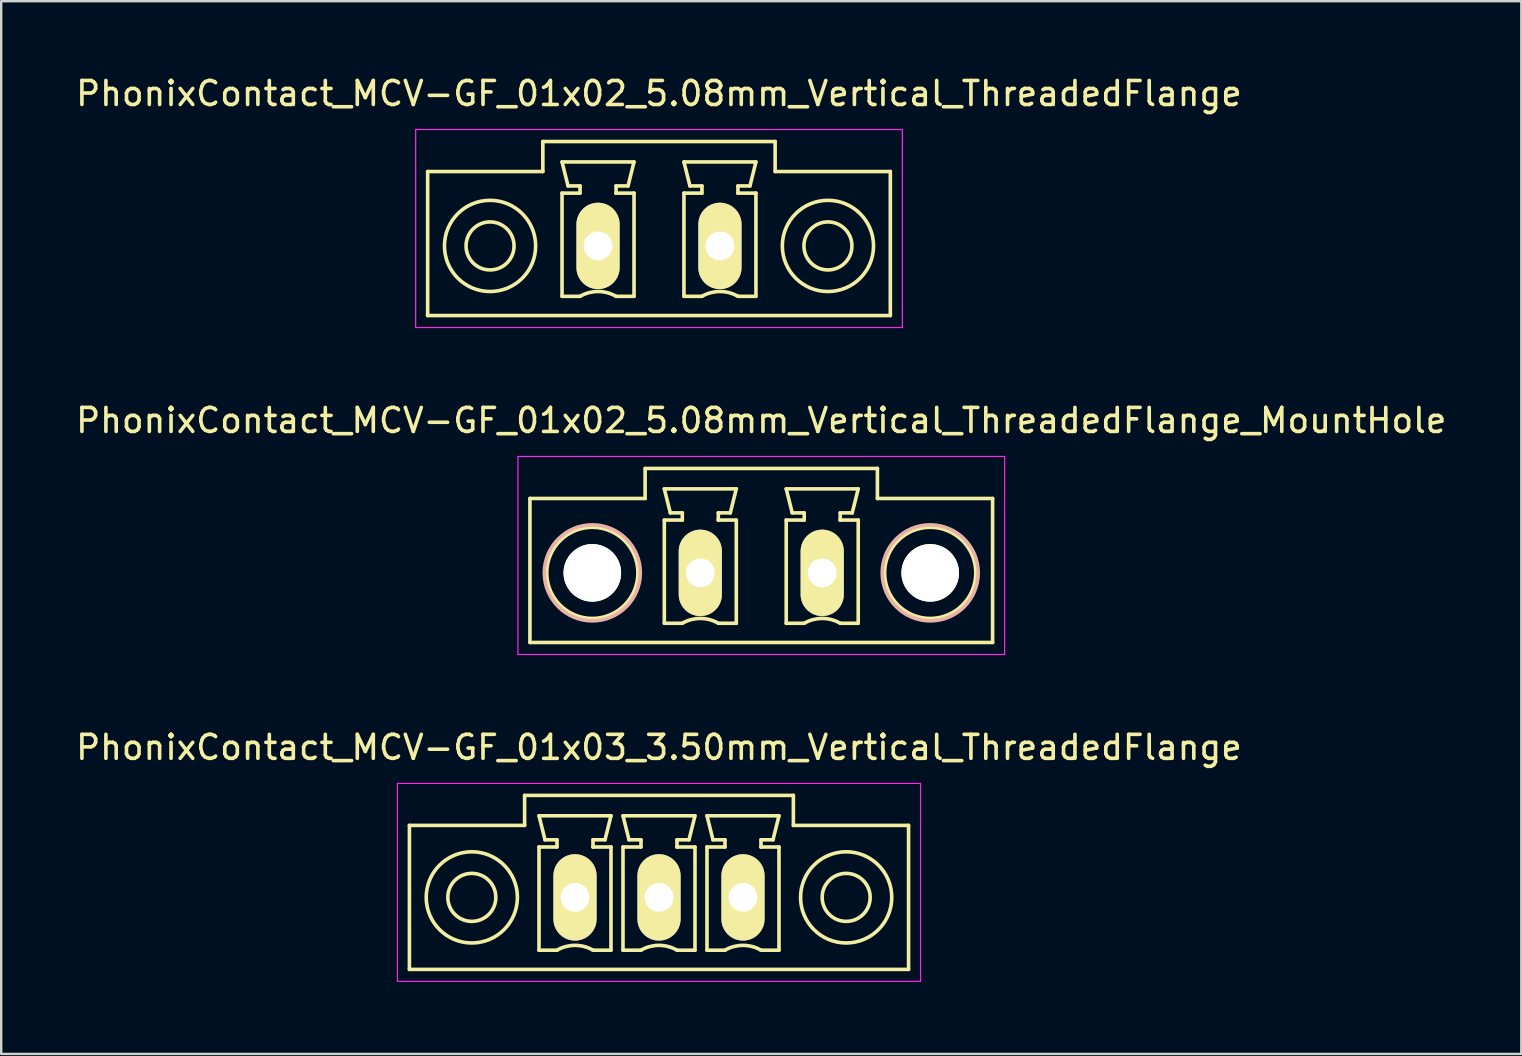
<source format=kicad_pcb>
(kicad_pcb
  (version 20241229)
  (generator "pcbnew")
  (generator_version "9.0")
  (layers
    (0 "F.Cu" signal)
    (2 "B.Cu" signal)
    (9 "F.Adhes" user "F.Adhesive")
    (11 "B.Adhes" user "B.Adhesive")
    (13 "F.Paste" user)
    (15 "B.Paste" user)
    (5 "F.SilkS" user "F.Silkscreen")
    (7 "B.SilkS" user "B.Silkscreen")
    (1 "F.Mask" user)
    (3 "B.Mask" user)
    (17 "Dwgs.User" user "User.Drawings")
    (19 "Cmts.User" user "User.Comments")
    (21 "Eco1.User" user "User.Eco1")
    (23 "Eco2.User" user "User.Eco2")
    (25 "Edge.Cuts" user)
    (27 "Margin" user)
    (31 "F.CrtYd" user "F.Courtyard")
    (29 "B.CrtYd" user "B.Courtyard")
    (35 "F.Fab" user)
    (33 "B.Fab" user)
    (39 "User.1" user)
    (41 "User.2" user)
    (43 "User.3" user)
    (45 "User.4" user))
  (footprint "PhonixContact_MCV-GF_01x02_5.08mm_Vertical_ThreadedFlange"
    (layer "F.Cu")
    (at 21.871 7.198)
    (property "Reference" "PhonixContact_MCV-GF_01x02_5.08mm_Vertical_ThreadedFlange" (at 2.54 -6.35 0) (layer "F.SilkS") (effects (font (size 1 1) (thickness 0.15))))
    (attr through_hole)
    (fp_line (start -7.1 -3.1) (end -7.1 2.9) (stroke (width 0.15) (type solid)) (layer "F.SilkS"))
    (fp_line (start -7.1 2.9) (end 12.18 2.9) (stroke (width 0.15) (type solid)) (layer "F.SilkS"))
    (fp_line (start -2.3 -4.35) (end -2.3 -3.1) (stroke (width 0.15) (type solid)) (layer "F.SilkS"))
    (fp_line (start -2.3 -3.1) (end -7.1 -3.1) (stroke (width 0.15) (type solid)) (layer "F.SilkS"))
    (fp_line (start -1.5 -3.5) (end 1.5 -3.5) (stroke (width 0.15) (type solid)) (layer "F.SilkS"))
    (fp_line (start -1.5 -2.2) (end -0.75 -2.2) (stroke (width 0.15) (type solid)) (layer "F.SilkS"))
    (fp_line (start -1.5 2.1) (end -1.5 -2.2) (stroke (width 0.15) (type solid)) (layer "F.SilkS"))
    (fp_line (start -1.25 -2.5) (end -1.5 -3.5) (stroke (width 0.15) (type solid)) (layer "F.SilkS"))
    (fp_line (start -0.75 -2.5) (end -1.25 -2.5) (stroke (width 0.15) (type solid)) (layer "F.SilkS"))
    (fp_line (start -0.75 -2.2) (end -0.75 -2.5) (stroke (width 0.15) (type solid)) (layer "F.SilkS"))
    (fp_line (start -0.75 2.1) (end -1.5 2.1) (stroke (width 0.15) (type solid)) (layer "F.SilkS"))
    (fp_line (start 0.75 -2.5) (end 0.75 -2.2) (stroke (width 0.15) (type solid)) (layer "F.SilkS"))
    (fp_line (start 0.75 -2.2) (end 0.75 -2.2) (stroke (width 0.15) (type solid)) (layer "F.SilkS"))
    (fp_line (start 0.75 -2.2) (end 1.5 -2.2) (stroke (width 0.15) (type solid)) (layer "F.SilkS"))
    (fp_line (start 1.25 -2.5) (end 0.75 -2.5) (stroke (width 0.15) (type solid)) (layer "F.SilkS"))
    (fp_line (start 1.5 -3.5) (end 1.25 -2.5) (stroke (width 0.15) (type solid)) (layer "F.SilkS"))
    (fp_line (start 1.5 -2.2) (end 1.5 2.1) (stroke (width 0.15) (type solid)) (layer "F.SilkS"))
    (fp_line (start 1.5 2.1) (end 0.75 2.1) (stroke (width 0.15) (type solid)) (layer "F.SilkS"))
    (fp_line (start 3.58 -3.5) (end 6.58 -3.5) (stroke (width 0.15) (type solid)) (layer "F.SilkS"))
    (fp_line (start 3.58 -2.2) (end 4.33 -2.2) (stroke (width 0.15) (type solid)) (layer "F.SilkS"))
    (fp_line (start 3.58 2.1) (end 3.58 -2.2) (stroke (width 0.15) (type solid)) (layer "F.SilkS"))
    (fp_line (start 3.83 -2.5) (end 3.58 -3.5) (stroke (width 0.15) (type solid)) (layer "F.SilkS"))
    (fp_line (start 4.33 -2.5) (end 3.83 -2.5) (stroke (width 0.15) (type solid)) (layer "F.SilkS"))
    (fp_line (start 4.33 -2.2) (end 4.33 -2.5) (stroke (width 0.15) (type solid)) (layer "F.SilkS"))
    (fp_line (start 4.33 2.1) (end 3.58 2.1) (stroke (width 0.15) (type solid)) (layer "F.SilkS"))
    (fp_line (start 5.83 -2.5) (end 5.83 -2.2) (stroke (width 0.15) (type solid)) (layer "F.SilkS"))
    (fp_line (start 5.83 -2.2) (end 5.83 -2.2) (stroke (width 0.15) (type solid)) (layer "F.SilkS"))
    (fp_line (start 5.83 -2.2) (end 6.58 -2.2) (stroke (width 0.15) (type solid)) (layer "F.SilkS"))
    (fp_line (start 6.33 -2.5) (end 5.83 -2.5) (stroke (width 0.15) (type solid)) (layer "F.SilkS"))
    (fp_line (start 6.58 -3.5) (end 6.33 -2.5) (stroke (width 0.15) (type solid)) (layer "F.SilkS"))
    (fp_line (start 6.58 -2.2) (end 6.58 2.1) (stroke (width 0.15) (type solid)) (layer "F.SilkS"))
    (fp_line (start 6.58 2.1) (end 5.83 2.1) (stroke (width 0.15) (type solid)) (layer "F.SilkS"))
    (fp_line (start 7.38 -4.35) (end -2.3 -4.35) (stroke (width 0.15) (type solid)) (layer "F.SilkS"))
    (fp_line (start 7.38 -3.1) (end 7.38 -4.35) (stroke (width 0.15) (type solid)) (layer "F.SilkS"))
    (fp_line (start 12.18 -3.1) (end 7.38 -3.1) (stroke (width 0.15) (type solid)) (layer "F.SilkS"))
    (fp_line (start 12.18 2.9) (end 12.18 -3.1) (stroke (width 0.15) (type solid)) (layer "F.SilkS"))
    (fp_arc (start -0.75 2.1) (mid -0.006068 1.899179) (end 0.739464 2.093978) (stroke (width 0.15) (type solid)) (layer "F.SilkS"))
    (fp_arc (start 4.33 2.1) (mid 5.073932 1.899179) (end 5.819464 2.093978) (stroke (width 0.15) (type solid)) (layer "F.SilkS"))
    (fp_circle (center -4.5 0) (end -3.5 0) (stroke (width 0.15) (type solid)) (fill no) (layer "F.SilkS"))
    (fp_circle (center -4.5 0) (end -2.6 0) (stroke (width 0.15) (type solid)) (fill no) (layer "F.SilkS"))
    (fp_circle (center 9.58 0) (end 10.58 0) (stroke (width 0.15) (type solid)) (fill no) (layer "F.SilkS"))
    (fp_circle (center 9.58 0) (end 11.48 0) (stroke (width 0.15) (type solid)) (fill no) (layer "F.SilkS"))
    (fp_line (start -7.6 -4.85) (end -7.6 3.4) (stroke (width 0.05) (type solid)) (layer "F.CrtYd"))
    (fp_line (start -7.6 3.4) (end 12.68 3.4) (stroke (width 0.05) (type solid)) (layer "F.CrtYd"))
    (fp_line (start 12.68 -4.85) (end -7.6 -4.85) (stroke (width 0.05) (type solid)) (layer "F.CrtYd"))
    (fp_line (start 12.68 3.4) (end 12.68 -4.85) (stroke (width 0.05) (type solid)) (layer "F.CrtYd"))
    (pad "1" thru_hole oval (at 0 0) (size 1.8 3.6) (drill 1.2) (layers "*.Cu" "*.Mask" "F.SilkS"))
    (pad "2" thru_hole oval (at 5.08 0) (size 1.8 3.6) (drill 1.2) (layers "*.Cu" "*.Mask" "F.SilkS")))
  (footprint "PhonixContact_MCV-GF_01x03_3.50mm_Vertical_ThreadedFlange"
    (layer "F.Cu")
    (at 20.911 34.345)
    (property "Reference" "PhonixContact_MCV-GF_01x03_3.50mm_Vertical_ThreadedFlange" (at 3.5 -6.25 0) (layer "F.SilkS") (effects (font (size 1 1) (thickness 0.15))))
    (attr through_hole)
    (fp_line (start -6.9 -3) (end -6.9 3) (stroke (width 0.15) (type solid)) (layer "F.SilkS"))
    (fp_line (start -6.9 3) (end 13.9 3) (stroke (width 0.15) (type solid)) (layer "F.SilkS"))
    (fp_line (start -2.1 -4.25) (end -2.1 -3) (stroke (width 0.15) (type solid)) (layer "F.SilkS"))
    (fp_line (start -2.1 -3) (end -6.9 -3) (stroke (width 0.15) (type solid)) (layer "F.SilkS"))
    (fp_line (start -1.5 -3.4) (end 1.5 -3.4) (stroke (width 0.15) (type solid)) (layer "F.SilkS"))
    (fp_line (start -1.5 -2.1) (end -0.75 -2.1) (stroke (width 0.15) (type solid)) (layer "F.SilkS"))
    (fp_line (start -1.5 2.2) (end -1.5 -2.1) (stroke (width 0.15) (type solid)) (layer "F.SilkS"))
    (fp_line (start -1.25 -2.4) (end -1.5 -3.4) (stroke (width 0.15) (type solid)) (layer "F.SilkS"))
    (fp_line (start -0.75 -2.4) (end -1.25 -2.4) (stroke (width 0.15) (type solid)) (layer "F.SilkS"))
    (fp_line (start -0.75 -2.1) (end -0.75 -2.4) (stroke (width 0.15) (type solid)) (layer "F.SilkS"))
    (fp_line (start -0.75 2.2) (end -1.5 2.2) (stroke (width 0.15) (type solid)) (layer "F.SilkS"))
    (fp_line (start 0.75 -2.4) (end 0.75 -2.1) (stroke (width 0.15) (type solid)) (layer "F.SilkS"))
    (fp_line (start 0.75 -2.1) (end 0.75 -2.1) (stroke (width 0.15) (type solid)) (layer "F.SilkS"))
    (fp_line (start 0.75 -2.1) (end 1.5 -2.1) (stroke (width 0.15) (type solid)) (layer "F.SilkS"))
    (fp_line (start 1.25 -2.4) (end 0.75 -2.4) (stroke (width 0.15) (type solid)) (layer "F.SilkS"))
    (fp_line (start 1.5 -3.4) (end 1.25 -2.4) (stroke (width 0.15) (type solid)) (layer "F.SilkS"))
    (fp_line (start 1.5 -2.1) (end 1.5 2.2) (stroke (width 0.15) (type solid)) (layer "F.SilkS"))
    (fp_line (start 1.5 2.2) (end 0.75 2.2) (stroke (width 0.15) (type solid)) (layer "F.SilkS"))
    (fp_line (start 2 -3.4) (end 5 -3.4) (stroke (width 0.15) (type solid)) (layer "F.SilkS"))
    (fp_line (start 2 -2.1) (end 2.75 -2.1) (stroke (width 0.15) (type solid)) (layer "F.SilkS"))
    (fp_line (start 2 2.2) (end 2 -2.1) (stroke (width 0.15) (type solid)) (layer "F.SilkS"))
    (fp_line (start 2.25 -2.4) (end 2 -3.4) (stroke (width 0.15) (type solid)) (layer "F.SilkS"))
    (fp_line (start 2.75 -2.4) (end 2.25 -2.4) (stroke (width 0.15) (type solid)) (layer "F.SilkS"))
    (fp_line (start 2.75 -2.1) (end 2.75 -2.4) (stroke (width 0.15) (type solid)) (layer "F.SilkS"))
    (fp_line (start 2.75 2.2) (end 2 2.2) (stroke (width 0.15) (type solid)) (layer "F.SilkS"))
    (fp_line (start 4.25 -2.4) (end 4.25 -2.1) (stroke (width 0.15) (type solid)) (layer "F.SilkS"))
    (fp_line (start 4.25 -2.1) (end 4.25 -2.1) (stroke (width 0.15) (type solid)) (layer "F.SilkS"))
    (fp_line (start 4.25 -2.1) (end 5 -2.1) (stroke (width 0.15) (type solid)) (layer "F.SilkS"))
    (fp_line (start 4.75 -2.4) (end 4.25 -2.4) (stroke (width 0.15) (type solid)) (layer "F.SilkS"))
    (fp_line (start 5 -3.4) (end 4.75 -2.4) (stroke (width 0.15) (type solid)) (layer "F.SilkS"))
    (fp_line (start 5 -2.1) (end 5 2.2) (stroke (width 0.15) (type solid)) (layer "F.SilkS"))
    (fp_line (start 5 2.2) (end 4.25 2.2) (stroke (width 0.15) (type solid)) (layer "F.SilkS"))
    (fp_line (start 5.5 -3.4) (end 8.5 -3.4) (stroke (width 0.15) (type solid)) (layer "F.SilkS"))
    (fp_line (start 5.5 -2.1) (end 6.25 -2.1) (stroke (width 0.15) (type solid)) (layer "F.SilkS"))
    (fp_line (start 5.5 2.2) (end 5.5 -2.1) (stroke (width 0.15) (type solid)) (layer "F.SilkS"))
    (fp_line (start 5.75 -2.4) (end 5.5 -3.4) (stroke (width 0.15) (type solid)) (layer "F.SilkS"))
    (fp_line (start 6.25 -2.4) (end 5.75 -2.4) (stroke (width 0.15) (type solid)) (layer "F.SilkS"))
    (fp_line (start 6.25 -2.1) (end 6.25 -2.4) (stroke (width 0.15) (type solid)) (layer "F.SilkS"))
    (fp_line (start 6.25 2.2) (end 5.5 2.2) (stroke (width 0.15) (type solid)) (layer "F.SilkS"))
    (fp_line (start 7.75 -2.4) (end 7.75 -2.1) (stroke (width 0.15) (type solid)) (layer "F.SilkS"))
    (fp_line (start 7.75 -2.1) (end 7.75 -2.1) (stroke (width 0.15) (type solid)) (layer "F.SilkS"))
    (fp_line (start 7.75 -2.1) (end 8.5 -2.1) (stroke (width 0.15) (type solid)) (layer "F.SilkS"))
    (fp_line (start 8.25 -2.4) (end 7.75 -2.4) (stroke (width 0.15) (type solid)) (layer "F.SilkS"))
    (fp_line (start 8.5 -3.4) (end 8.25 -2.4) (stroke (width 0.15) (type solid)) (layer "F.SilkS"))
    (fp_line (start 8.5 -2.1) (end 8.5 2.2) (stroke (width 0.15) (type solid)) (layer "F.SilkS"))
    (fp_line (start 8.5 2.2) (end 7.75 2.2) (stroke (width 0.15) (type solid)) (layer "F.SilkS"))
    (fp_line (start 9.1 -4.25) (end -2.1 -4.25) (stroke (width 0.15) (type solid)) (layer "F.SilkS"))
    (fp_line (start 9.1 -3) (end 9.1 -4.25) (stroke (width 0.15) (type solid)) (layer "F.SilkS"))
    (fp_line (start 13.9 -3) (end 9.1 -3) (stroke (width 0.15) (type solid)) (layer "F.SilkS"))
    (fp_line (start 13.9 3) (end 13.9 -3) (stroke (width 0.15) (type solid)) (layer "F.SilkS"))
    (fp_arc (start -0.75 2.2) (mid -0.006068 1.999179) (end 0.739464 2.193978) (stroke (width 0.15) (type solid)) (layer "F.SilkS"))
    (fp_arc (start 2.75 2.2) (mid 3.493932 1.999179) (end 4.239464 2.193978) (stroke (width 0.15) (type solid)) (layer "F.SilkS"))
    (fp_arc (start 6.25 2.2) (mid 6.993932 1.999179) (end 7.739464 2.193978) (stroke (width 0.15) (type solid)) (layer "F.SilkS"))
    (fp_circle (center -4.3 0) (end -3.3 0) (stroke (width 0.15) (type solid)) (fill no) (layer "F.SilkS"))
    (fp_circle (center -4.3 0) (end -2.4 0) (stroke (width 0.15) (type solid)) (fill no) (layer "F.SilkS"))
    (fp_circle (center 11.3 0) (end 12.3 0) (stroke (width 0.15) (type solid)) (fill no) (layer "F.SilkS"))
    (fp_circle (center 11.3 0) (end 13.2 0) (stroke (width 0.15) (type solid)) (fill no) (layer "F.SilkS"))
    (fp_line (start -7.4 -4.75) (end -7.4 3.5) (stroke (width 0.05) (type solid)) (layer "F.CrtYd"))
    (fp_line (start -7.4 3.5) (end 14.4 3.5) (stroke (width 0.05) (type solid)) (layer "F.CrtYd"))
    (fp_line (start 14.4 -4.75) (end -7.4 -4.75) (stroke (width 0.05) (type solid)) (layer "F.CrtYd"))
    (fp_line (start 14.4 3.5) (end 14.4 -4.75) (stroke (width 0.05) (type solid)) (layer "F.CrtYd"))
    (pad "1" thru_hole oval (at 0 0) (size 1.8 3.6) (drill 1.2) (layers "*.Cu" "*.Mask" "F.SilkS"))
    (pad "2" thru_hole oval (at 3.5 0) (size 1.8 3.6) (drill 1.2) (layers "*.Cu" "*.Mask" "F.SilkS"))
    (pad "3" thru_hole oval (at 7 0) (size 1.8 3.6) (drill 1.2) (layers "*.Cu" "*.Mask" "F.SilkS")))
  (footprint "PhonixContact_MCV-GF_01x02_5.08mm_Vertical_ThreadedFlange_MountHole"
    (layer "F.Cu")
    (at 26.133 20.822)
    (property "Reference" "PhonixContact_MCV-GF_01x02_5.08mm_Vertical_ThreadedFlange_MountHole" (at 2.54 -6.35 0) (layer "F.SilkS") (effects (font (size 1 1) (thickness 0.15))))
    (attr through_hole)
    (fp_line (start -7.1 -3.1) (end -7.1 2.9) (stroke (width 0.15) (type solid)) (layer "F.SilkS"))
    (fp_line (start -7.1 2.9) (end 12.18 2.9) (stroke (width 0.15) (type solid)) (layer "F.SilkS"))
    (fp_line (start -2.3 -4.35) (end -2.3 -3.1) (stroke (width 0.15) (type solid)) (layer "F.SilkS"))
    (fp_line (start -2.3 -3.1) (end -7.1 -3.1) (stroke (width 0.15) (type solid)) (layer "F.SilkS"))
    (fp_line (start -1.5 -3.5) (end 1.5 -3.5) (stroke (width 0.15) (type solid)) (layer "F.SilkS"))
    (fp_line (start -1.5 -2.2) (end -0.75 -2.2) (stroke (width 0.15) (type solid)) (layer "F.SilkS"))
    (fp_line (start -1.5 2.1) (end -1.5 -2.2) (stroke (width 0.15) (type solid)) (layer "F.SilkS"))
    (fp_line (start -1.25 -2.5) (end -1.5 -3.5) (stroke (width 0.15) (type solid)) (layer "F.SilkS"))
    (fp_line (start -0.75 -2.5) (end -1.25 -2.5) (stroke (width 0.15) (type solid)) (layer "F.SilkS"))
    (fp_line (start -0.75 -2.2) (end -0.75 -2.5) (stroke (width 0.15) (type solid)) (layer "F.SilkS"))
    (fp_line (start -0.75 2.1) (end -1.5 2.1) (stroke (width 0.15) (type solid)) (layer "F.SilkS"))
    (fp_line (start 0.75 -2.5) (end 0.75 -2.2) (stroke (width 0.15) (type solid)) (layer "F.SilkS"))
    (fp_line (start 0.75 -2.2) (end 0.75 -2.2) (stroke (width 0.15) (type solid)) (layer "F.SilkS"))
    (fp_line (start 0.75 -2.2) (end 1.5 -2.2) (stroke (width 0.15) (type solid)) (layer "F.SilkS"))
    (fp_line (start 1.25 -2.5) (end 0.75 -2.5) (stroke (width 0.15) (type solid)) (layer "F.SilkS"))
    (fp_line (start 1.5 -3.5) (end 1.25 -2.5) (stroke (width 0.15) (type solid)) (layer "F.SilkS"))
    (fp_line (start 1.5 -2.2) (end 1.5 2.1) (stroke (width 0.15) (type solid)) (layer "F.SilkS"))
    (fp_line (start 1.5 2.1) (end 0.75 2.1) (stroke (width 0.15) (type solid)) (layer "F.SilkS"))
    (fp_line (start 3.58 -3.5) (end 6.58 -3.5) (stroke (width 0.15) (type solid)) (layer "F.SilkS"))
    (fp_line (start 3.58 -2.2) (end 4.33 -2.2) (stroke (width 0.15) (type solid)) (layer "F.SilkS"))
    (fp_line (start 3.58 2.1) (end 3.58 -2.2) (stroke (width 0.15) (type solid)) (layer "F.SilkS"))
    (fp_line (start 3.83 -2.5) (end 3.58 -3.5) (stroke (width 0.15) (type solid)) (layer "F.SilkS"))
    (fp_line (start 4.33 -2.5) (end 3.83 -2.5) (stroke (width 0.15) (type solid)) (layer "F.SilkS"))
    (fp_line (start 4.33 -2.2) (end 4.33 -2.5) (stroke (width 0.15) (type solid)) (layer "F.SilkS"))
    (fp_line (start 4.33 2.1) (end 3.58 2.1) (stroke (width 0.15) (type solid)) (layer "F.SilkS"))
    (fp_line (start 5.83 -2.5) (end 5.83 -2.2) (stroke (width 0.15) (type solid)) (layer "F.SilkS"))
    (fp_line (start 5.83 -2.2) (end 5.83 -2.2) (stroke (width 0.15) (type solid)) (layer "F.SilkS"))
    (fp_line (start 5.83 -2.2) (end 6.58 -2.2) (stroke (width 0.15) (type solid)) (layer "F.SilkS"))
    (fp_line (start 6.33 -2.5) (end 5.83 -2.5) (stroke (width 0.15) (type solid)) (layer "F.SilkS"))
    (fp_line (start 6.58 -3.5) (end 6.33 -2.5) (stroke (width 0.15) (type solid)) (layer "F.SilkS"))
    (fp_line (start 6.58 -2.2) (end 6.58 2.1) (stroke (width 0.15) (type solid)) (layer "F.SilkS"))
    (fp_line (start 6.58 2.1) (end 5.83 2.1) (stroke (width 0.15) (type solid)) (layer "F.SilkS"))
    (fp_line (start 7.38 -4.35) (end -2.3 -4.35) (stroke (width 0.15) (type solid)) (layer "F.SilkS"))
    (fp_line (start 7.38 -3.1) (end 7.38 -4.35) (stroke (width 0.15) (type solid)) (layer "F.SilkS"))
    (fp_line (start 12.18 -3.1) (end 7.38 -3.1) (stroke (width 0.15) (type solid)) (layer "F.SilkS"))
    (fp_line (start 12.18 2.9) (end 12.18 -3.1) (stroke (width 0.15) (type solid)) (layer "F.SilkS"))
    (fp_arc (start -0.75 2.1) (mid -0.006068 1.899179) (end 0.739464 2.093978) (stroke (width 0.15) (type solid)) (layer "F.SilkS"))
    (fp_arc (start 4.33 2.1) (mid 5.073932 1.899179) (end 5.819464 2.093978) (stroke (width 0.15) (type solid)) (layer "F.SilkS"))
    (fp_circle (center -4.5 0) (end -2.6 0) (stroke (width 0.15) (type solid)) (fill no) (layer "F.SilkS"))
    (fp_circle (center 9.58 0) (end 11.48 0) (stroke (width 0.15) (type solid)) (fill no) (layer "F.SilkS"))
    (fp_circle (center -4.5 0) (end -2.5 0) (stroke (width 0.15) (type solid)) (fill no) (layer "B.SilkS"))
    (fp_circle (center 9.58 0) (end 11.58 0) (stroke (width 0.15) (type solid)) (fill no) (layer "B.SilkS"))
    (fp_line (start -7.6 -4.85) (end -7.6 3.4) (stroke (width 0.05) (type solid)) (layer "F.CrtYd"))
    (fp_line (start -7.6 3.4) (end 12.68 3.4) (stroke (width 0.05) (type solid)) (layer "F.CrtYd"))
    (fp_line (start 12.68 -4.85) (end -7.6 -4.85) (stroke (width 0.05) (type solid)) (layer "F.CrtYd"))
    (fp_line (start 12.68 3.4) (end 12.68 -4.85) (stroke (width 0.05) (type solid)) (layer "F.CrtYd"))
    (pad "" np_thru_hole circle (at -4.5 0) (size 2.4 2.4) (drill 2.4) (layers "*.Cu" "*.Mask" "F.SilkS"))
    (pad "" np_thru_hole circle (at 9.58 0) (size 2.4 2.4) (drill 2.4) (layers "*.Cu" "*.Mask" "F.SilkS"))
    (pad "1" thru_hole oval (at 0 0) (size 1.8 3.6) (drill 1.2) (layers "*.Cu" "*.Mask" "F.SilkS"))
    (pad "2" thru_hole oval (at 5.08 0) (size 1.8 3.6) (drill 1.2) (layers "*.Cu" "*.Mask" "F.SilkS")))
  (gr_rect
    (start -3 -3)
    (end 60.345 40.87)
    (stroke (width 0.1) (type default))
    (fill no)
    (layer "Edge.Cuts")))
</source>
